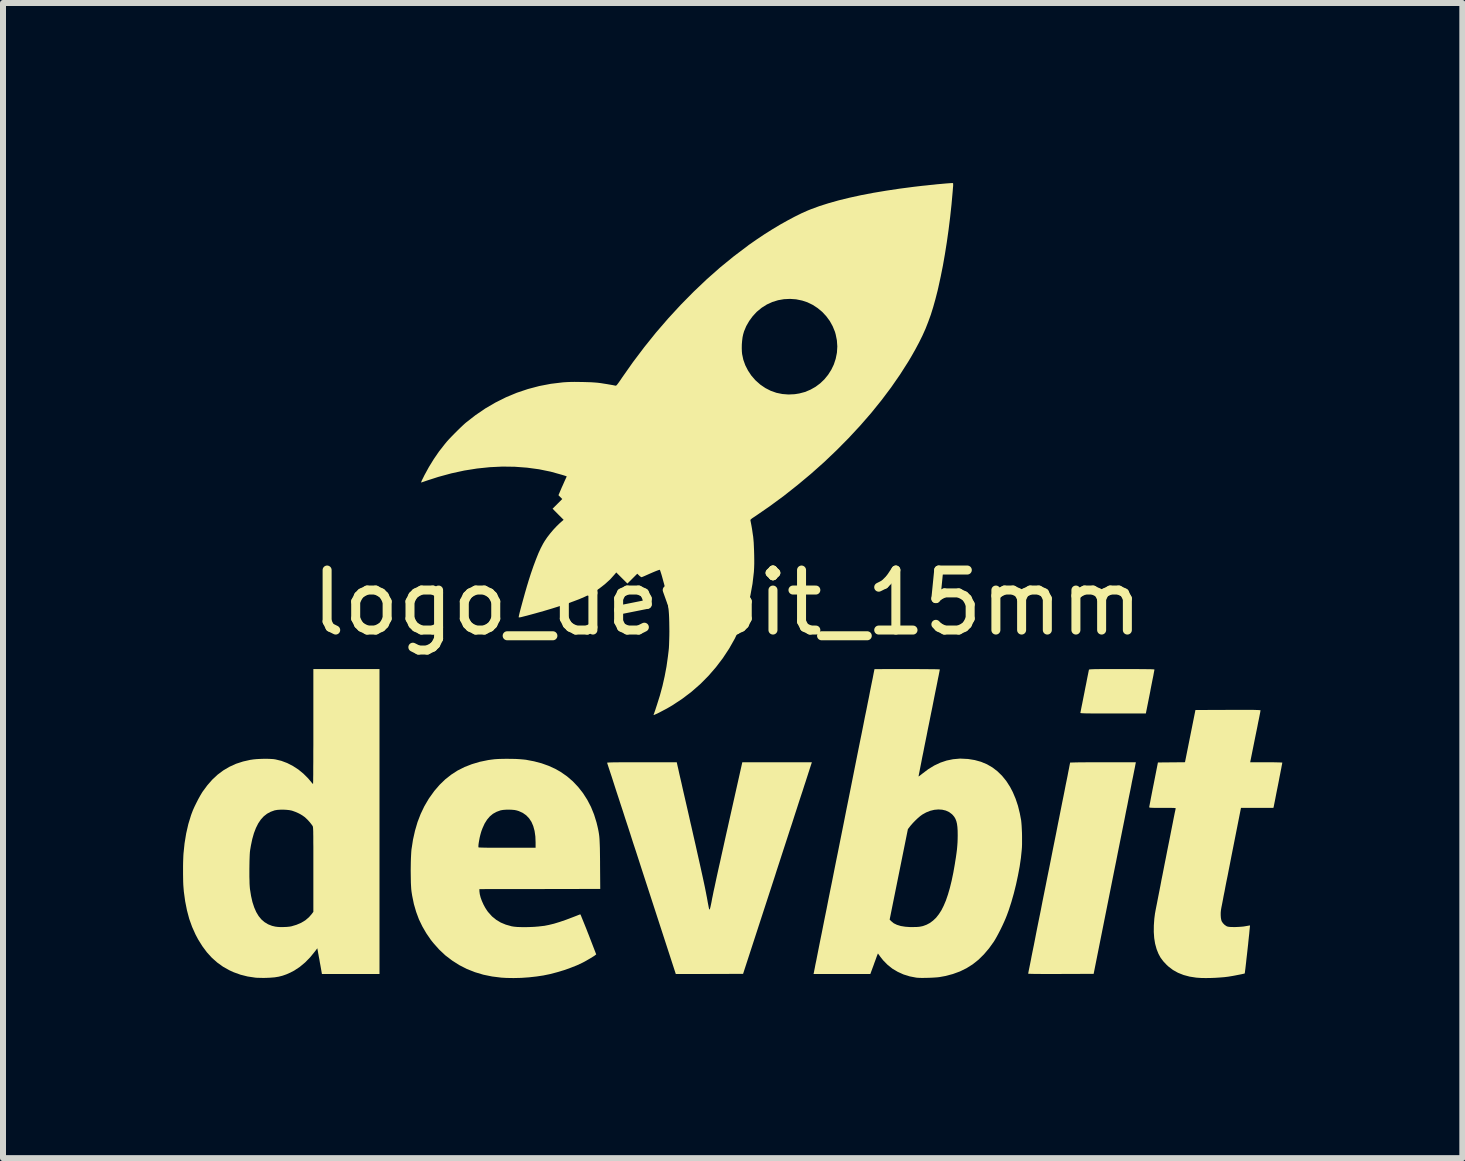
<source format=kicad_pcb>
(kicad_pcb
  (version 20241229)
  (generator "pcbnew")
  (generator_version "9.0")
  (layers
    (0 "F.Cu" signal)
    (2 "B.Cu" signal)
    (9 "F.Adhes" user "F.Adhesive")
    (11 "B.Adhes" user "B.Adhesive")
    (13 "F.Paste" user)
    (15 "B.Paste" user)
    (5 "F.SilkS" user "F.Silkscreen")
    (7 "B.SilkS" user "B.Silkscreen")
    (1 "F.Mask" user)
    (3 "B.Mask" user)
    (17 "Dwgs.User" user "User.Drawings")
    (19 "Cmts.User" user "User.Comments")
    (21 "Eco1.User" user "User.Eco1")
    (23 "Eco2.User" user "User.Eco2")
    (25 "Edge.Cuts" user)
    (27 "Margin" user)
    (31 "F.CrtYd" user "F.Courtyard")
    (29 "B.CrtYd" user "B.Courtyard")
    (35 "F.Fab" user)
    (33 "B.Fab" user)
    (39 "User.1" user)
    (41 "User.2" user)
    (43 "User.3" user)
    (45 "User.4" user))
  (footprint "logo_devbit_15mm"
    (layer "F.Cu")
    (at 9.067 7.493)
    (property "Reference" "logo_devbit_15mm" (at 0 -0.5 0) (unlocked yes) (layer "F.SilkS") (effects (font (size 1 1) (thickness 0.15))))
    (fp_poly (pts (xy 6.676 0.605) (xy 6.765 0.605) (xy 6.842 0.605) (xy 6.908 0.606) (xy 6.964 0.606) (xy 7.009 0.607) (xy 7.046 0.607) (xy 7.074 0.608) (xy 7.095 0.609) (xy 7.108 0.61) (xy 7.116 0.612) (xy 7.118 0.613) (xy 7.117 0.621) (xy 7.113 0.641) (xy 7.107 0.672) (xy 7.1 0.712) (xy 7.09 0.761) (xy 7.079 0.816) (xy 7.067 0.877) (xy 7.054 0.943) (xy 7.047 0.983) (xy 6.975 1.344) (xy 6.428 1.344) (xy 6.329 1.344) (xy 6.243 1.344) (xy 6.169 1.344) (xy 6.105 1.344) (xy 6.052 1.344) (xy 6.008 1.343) (xy 5.972 1.343) (xy 5.944 1.342) (xy 5.922 1.341) (xy 5.906 1.34) (xy 5.895 1.339) (xy 5.888 1.338) (xy 5.885 1.336) (xy 5.884 1.334) (xy 5.884 1.333) (xy 5.886 1.324) (xy 5.89 1.303) (xy 5.896 1.272) (xy 5.904 1.231) (xy 5.914 1.183) (xy 5.925 1.127) (xy 5.937 1.066) (xy 5.95 1.001) (xy 5.955 0.975) (xy 5.968 0.908) (xy 5.981 0.845) (xy 5.992 0.787) (xy 6.002 0.736) (xy 6.011 0.692) (xy 6.018 0.657) (xy 6.023 0.632) (xy 6.026 0.619) (xy 6.026 0.617) (xy 6.028 0.615) (xy 6.031 0.613) (xy 6.036 0.611) (xy 6.045 0.61) (xy 6.058 0.609) (xy 6.076 0.608) (xy 6.1 0.607) (xy 6.131 0.606) (xy 6.17 0.606) (xy 6.217 0.605) (xy 6.274 0.605) (xy 6.341 0.605) (xy 6.419 0.605) (xy 6.509 0.605) (xy 6.574 0.605)) (stroke (width 0) (type solid)) (fill yes) (layer "F.SilkS"))
    (fp_poly (pts (xy 6.805 2.176) (xy 6.803 2.184) (xy 6.799 2.205) (xy 6.793 2.238) (xy 6.784 2.282) (xy 6.773 2.337) (xy 6.76 2.403) (xy 6.744 2.479) (xy 6.728 2.564) (xy 6.709 2.658) (xy 6.688 2.76) (xy 6.667 2.869) (xy 6.643 2.986) (xy 6.619 3.11) (xy 6.593 3.239) (xy 6.566 3.374) (xy 6.538 3.514) (xy 6.509 3.658) (xy 6.48 3.806) (xy 6.453 3.939) (xy 6.105 5.683) (xy 5.56 5.685) (xy 5.465 5.685) (xy 5.377 5.685) (xy 5.297 5.685) (xy 5.225 5.685) (xy 5.163 5.684) (xy 5.11 5.684) (xy 5.069 5.683) (xy 5.038 5.682) (xy 5.02 5.681) (xy 5.014 5.68) (xy 5.015 5.673) (xy 5.019 5.654) (xy 5.025 5.622) (xy 5.034 5.578) (xy 5.045 5.524) (xy 5.058 5.459) (xy 5.072 5.385) (xy 5.089 5.301) (xy 5.108 5.208) (xy 5.128 5.106) (xy 5.149 4.997) (xy 5.172 4.881) (xy 5.197 4.758) (xy 5.223 4.63) (xy 5.249 4.495) (xy 5.277 4.355) (xy 5.306 4.211) (xy 5.335 4.064) (xy 5.364 3.922) (xy 5.394 3.771) (xy 5.423 3.623) (xy 5.452 3.479) (xy 5.48 3.34) (xy 5.506 3.206) (xy 5.532 3.077) (xy 5.556 2.955) (xy 5.579 2.839) (xy 5.601 2.731) (xy 5.621 2.63) (xy 5.639 2.537) (xy 5.656 2.454) (xy 5.671 2.38) (xy 5.683 2.316) (xy 5.694 2.262) (xy 5.702 2.219) (xy 5.708 2.188) (xy 5.712 2.17) (xy 5.713 2.163) (xy 5.72 2.162) (xy 5.739 2.162) (xy 5.769 2.161) (xy 5.81 2.16) (xy 5.861 2.159) (xy 5.92 2.159) (xy 5.987 2.158) (xy 6.061 2.158) (xy 6.14 2.158) (xy 6.224 2.158) (xy 6.261 2.158) (xy 6.808 2.158)) (stroke (width 0) (type solid)) (fill yes) (layer "F.SilkS"))
    (fp_poly (pts (xy -0.834 2.189) (xy -0.832 2.2) (xy -0.827 2.222) (xy -0.819 2.256) (xy -0.809 2.301) (xy -0.797 2.356) (xy -0.782 2.421) (xy -0.765 2.494) (xy -0.747 2.575) (xy -0.727 2.663) (xy -0.705 2.758) (xy -0.682 2.858) (xy -0.658 2.963) (xy -0.633 3.073) (xy -0.608 3.185) (xy -0.601 3.213) (xy -0.565 3.373) (xy -0.531 3.521) (xy -0.501 3.656) (xy -0.473 3.78) (xy -0.448 3.892) (xy -0.426 3.992) (xy -0.406 4.083) (xy -0.389 4.162) (xy -0.374 4.232) (xy -0.362 4.292) (xy -0.352 4.343) (xy -0.344 4.385) (xy -0.34 4.404) (xy -0.331 4.454) (xy -0.323 4.5) (xy -0.315 4.54) (xy -0.309 4.572) (xy -0.304 4.595) (xy -0.301 4.607) (xy -0.3 4.609) (xy -0.296 4.611) (xy -0.293 4.608) (xy -0.288 4.6) (xy -0.284 4.585) (xy -0.278 4.561) (xy -0.271 4.528) (xy -0.262 4.485) (xy -0.252 4.429) (xy -0.25 4.419) (xy -0.244 4.392) (xy -0.236 4.352) (xy -0.226 4.302) (xy -0.212 4.24) (xy -0.197 4.169) (xy -0.18 4.089) (xy -0.161 4.002) (xy -0.14 3.907) (xy -0.117 3.806) (xy -0.094 3.7) (xy -0.069 3.589) (xy -0.044 3.475) (xy -0.018 3.358) (xy 0.009 3.239) (xy 0.018 3.198) (xy 0.251 2.158) (xy 1.41 2.158) (xy 1.37 2.28) (xy 1.365 2.297) (xy 1.355 2.327) (xy 1.342 2.368) (xy 1.325 2.42) (xy 1.305 2.483) (xy 1.281 2.555) (xy 1.255 2.637) (xy 1.225 2.727) (xy 1.193 2.825) (xy 1.159 2.931) (xy 1.122 3.044) (xy 1.084 3.163) (xy 1.043 3.287) (xy 1.001 3.417) (xy 0.957 3.552) (xy 0.912 3.69) (xy 0.866 3.832) (xy 0.819 3.976) (xy 0.798 4.043) (xy 0.264 5.683) (xy -0.296 5.685) (xy -0.857 5.686) (xy -1.428 3.93) (xy -1.476 3.781) (xy -1.523 3.636) (xy -1.57 3.494) (xy -1.614 3.356) (xy -1.657 3.223) (xy -1.699 3.096) (xy -1.738 2.974) (xy -1.776 2.859) (xy -1.811 2.751) (xy -1.844 2.651) (xy -1.874 2.558) (xy -1.901 2.474) (xy -1.925 2.399) (xy -1.947 2.333) (xy -1.965 2.278) (xy -1.98 2.233) (xy -1.991 2.199) (xy -1.998 2.177) (xy -2.001 2.167) (xy -2.001 2.166) (xy -1.999 2.164) (xy -1.992 2.163) (xy -1.979 2.162) (xy -1.958 2.161) (xy -1.931 2.16) (xy -1.894 2.159) (xy -1.849 2.159) (xy -1.795 2.158) (xy -1.73 2.158) (xy -1.654 2.158) (xy -1.566 2.158) (xy -1.465 2.158) (xy -1.423 2.158) (xy -0.841 2.158)) (stroke (width 0) (type solid)) (fill yes) (layer "F.SilkS"))
    (fp_poly (pts (xy -5.794 5.686) (xy -6.753 5.686) (xy -6.778 5.543) (xy -6.787 5.496) (xy -6.795 5.447) (xy -6.804 5.401) (xy -6.811 5.361) (xy -6.817 5.331) (xy -6.817 5.329) (xy -6.83 5.257) (xy -6.87 5.31) (xy -6.949 5.407) (xy -7.033 5.493) (xy -7.122 5.567) (xy -7.214 5.628) (xy -7.281 5.663) (xy -7.347 5.692) (xy -7.41 5.714) (xy -7.473 5.73) (xy -7.54 5.741) (xy -7.614 5.747) (xy -7.683 5.75) (xy -7.727 5.751) (xy -7.771 5.75) (xy -7.812 5.749) (xy -7.846 5.748) (xy -7.864 5.746) (xy -7.991 5.727) (xy -8.11 5.697) (xy -8.224 5.656) (xy -8.298 5.622) (xy -8.401 5.564) (xy -8.497 5.495) (xy -8.587 5.415) (xy -8.669 5.325) (xy -8.745 5.223) (xy -8.816 5.109) (xy -8.859 5.028) (xy -8.916 4.901) (xy -8.964 4.767) (xy -9.002 4.624) (xy -9.032 4.473) (xy -9.054 4.312) (xy -9.06 4.239) (xy -9.063 4.198) (xy -9.065 4.147) (xy -9.066 4.088) (xy -9.067 4.023) (xy -9.067 4.002) (xy -7.962 4.002) (xy -7.962 4.067) (xy -7.96 4.128) (xy -7.959 4.182) (xy -7.956 4.228) (xy -7.953 4.264) (xy -7.952 4.271) (xy -7.934 4.385) (xy -7.911 4.486) (xy -7.882 4.575) (xy -7.848 4.653) (xy -7.808 4.72) (xy -7.762 4.776) (xy -7.71 4.821) (xy -7.651 4.857) (xy -7.585 4.883) (xy -7.53 4.896) (xy -7.49 4.901) (xy -7.442 4.904) (xy -7.39 4.903) (xy -7.338 4.901) (xy -7.291 4.896) (xy -7.262 4.891) (xy -7.178 4.866) (xy -7.1 4.833) (xy -7.03 4.791) (xy -6.97 4.74) (xy -6.927 4.691) (xy -6.896 4.65) (xy -6.896 3.945) (xy -6.896 3.831) (xy -6.896 3.731) (xy -6.896 3.642) (xy -6.896 3.565) (xy -6.897 3.497) (xy -6.897 3.44) (xy -6.897 3.391) (xy -6.898 3.35) (xy -6.898 3.317) (xy -6.899 3.29) (xy -6.9 3.269) (xy -6.901 3.253) (xy -6.902 3.241) (xy -6.904 3.232) (xy -6.905 3.226) (xy -6.907 3.222) (xy -6.907 3.221) (xy -6.932 3.186) (xy -6.963 3.148) (xy -6.997 3.111) (xy -7.03 3.08) (xy -7.036 3.074) (xy -7.081 3.042) (xy -7.135 3.011) (xy -7.193 2.985) (xy -7.249 2.965) (xy -7.256 2.963) (xy -7.296 2.955) (xy -7.344 2.95) (xy -7.396 2.947) (xy -7.448 2.948) (xy -7.496 2.951) (xy -7.535 2.958) (xy -7.541 2.959) (xy -7.608 2.983) (xy -7.669 3.016) (xy -7.723 3.059) (xy -7.772 3.113) (xy -7.815 3.177) (xy -7.853 3.253) (xy -7.886 3.339) (xy -7.914 3.438) (xy -7.937 3.548) (xy -7.949 3.619) (xy -7.953 3.651) (xy -7.956 3.694) (xy -7.958 3.746) (xy -7.96 3.805) (xy -7.961 3.869) (xy -7.962 3.935) (xy -7.962 4.002) (xy -9.067 4.002) (xy -9.067 3.956) (xy -9.067 3.889) (xy -9.066 3.825) (xy -9.064 3.766) (xy -9.062 3.716) (xy -9.06 3.683) (xy -9.042 3.509) (xy -9.015 3.344) (xy -8.979 3.187) (xy -8.934 3.04) (xy -8.922 3.007) (xy -8.902 2.955) (xy -8.876 2.897) (xy -8.846 2.836) (xy -8.815 2.775) (xy -8.783 2.717) (xy -8.754 2.668) (xy -8.742 2.649) (xy -8.663 2.542) (xy -8.58 2.447) (xy -8.491 2.364) (xy -8.396 2.293) (xy -8.294 2.233) (xy -8.185 2.183) (xy -8.068 2.145) (xy -7.944 2.117) (xy -7.94 2.117) (xy -7.895 2.11) (xy -7.842 2.105) (xy -7.784 2.102) (xy -7.723 2.1) (xy -7.664 2.1) (xy -7.609 2.102) (xy -7.562 2.105) (xy -7.528 2.11) (xy -7.429 2.134) (xy -7.331 2.171) (xy -7.236 2.22) (xy -7.145 2.279) (xy -7.061 2.348) (xy -6.983 2.426) (xy -6.95 2.465) (xy -6.931 2.488) (xy -6.916 2.506) (xy -6.905 2.517) (xy -6.901 2.52) (xy -6.901 2.514) (xy -6.9 2.494) (xy -6.899 2.463) (xy -6.899 2.421) (xy -6.898 2.368) (xy -6.898 2.306) (xy -6.898 2.234) (xy -6.897 2.155) (xy -6.897 2.068) (xy -6.897 1.974) (xy -6.896 1.874) (xy -6.896 1.77) (xy -6.896 1.661) (xy -6.896 1.563) (xy -6.896 0.605) (xy -5.794 0.605)) (stroke (width 0) (type solid)) (fill yes) (layer "F.SilkS"))
    (fp_poly (pts (xy -3.601 2.101) (xy -3.529 2.102) (xy -3.461 2.106) (xy -3.401 2.111) (xy -3.354 2.116) (xy -3.218 2.142) (xy -3.093 2.175) (xy -2.976 2.217) (xy -2.866 2.267) (xy -2.776 2.318) (xy -2.671 2.391) (xy -2.573 2.475) (xy -2.484 2.569) (xy -2.403 2.672) (xy -2.332 2.783) (xy -2.27 2.902) (xy -2.219 3.028) (xy -2.178 3.16) (xy -2.171 3.189) (xy -2.161 3.23) (xy -2.153 3.266) (xy -2.146 3.3) (xy -2.14 3.334) (xy -2.135 3.367) (xy -2.131 3.402) (xy -2.128 3.441) (xy -2.126 3.484) (xy -2.124 3.532) (xy -2.122 3.588) (xy -2.121 3.653) (xy -2.12 3.727) (xy -2.119 3.813) (xy -2.119 3.863) (xy -2.116 4.268) (xy -3.123 4.27) (xy -4.13 4.271) (xy -4.129 4.308) (xy -4.123 4.356) (xy -4.109 4.411) (xy -4.088 4.469) (xy -4.061 4.529) (xy -4.03 4.586) (xy -3.996 4.638) (xy -3.98 4.658) (xy -3.919 4.726) (xy -3.85 4.782) (xy -3.774 4.828) (xy -3.69 4.863) (xy -3.597 4.889) (xy -3.596 4.89) (xy -3.552 4.897) (xy -3.498 4.902) (xy -3.434 4.904) (xy -3.365 4.905) (xy -3.292 4.903) (xy -3.218 4.9) (xy -3.145 4.894) (xy -3.076 4.886) (xy -3.048 4.883) (xy -2.972 4.868) (xy -2.886 4.847) (xy -2.791 4.818) (xy -2.686 4.782) (xy -2.57 4.738) (xy -2.552 4.731) (xy -2.518 4.718) (xy -2.488 4.706) (xy -2.465 4.697) (xy -2.451 4.692) (xy -2.448 4.692) (xy -2.444 4.698) (xy -2.436 4.715) (xy -2.425 4.743) (xy -2.41 4.78) (xy -2.392 4.824) (xy -2.371 4.876) (xy -2.348 4.933) (xy -2.324 4.995) (xy -2.312 5.025) (xy -2.183 5.359) (xy -2.199 5.371) (xy -2.216 5.384) (xy -2.242 5.4) (xy -2.274 5.42) (xy -2.31 5.441) (xy -2.346 5.462) (xy -2.38 5.481) (xy -2.409 5.496) (xy -2.411 5.497) (xy -2.505 5.541) (xy -2.609 5.582) (xy -2.718 5.621) (xy -2.831 5.655) (xy -2.943 5.685) (xy -3.05 5.707) (xy -3.058 5.709) (xy -3.178 5.727) (xy -3.304 5.741) (xy -3.432 5.75) (xy -3.56 5.753) (xy -3.681 5.751) (xy -3.764 5.746) (xy -3.917 5.727) (xy -4.064 5.697) (xy -4.204 5.655) (xy -4.338 5.602) (xy -4.465 5.537) (xy -4.584 5.461) (xy -4.697 5.375) (xy -4.801 5.277) (xy -4.897 5.169) (xy -4.937 5.119) (xy -5.014 5.007) (xy -5.08 4.893) (xy -5.137 4.775) (xy -5.183 4.651) (xy -5.221 4.52) (xy -5.25 4.379) (xy -5.261 4.308) (xy -5.265 4.271) (xy -5.268 4.223) (xy -5.271 4.165) (xy -5.272 4.101) (xy -5.273 4.032) (xy -5.274 3.961) (xy -5.273 3.889) (xy -5.272 3.819) (xy -5.27 3.754) (xy -5.267 3.695) (xy -5.264 3.644) (xy -5.261 3.609) (xy -5.252 3.553) (xy -4.146 3.553) (xy -4.146 3.571) (xy -4.144 3.575) (xy -4.138 3.577) (xy -4.123 3.578) (xy -4.097 3.579) (xy -4.061 3.58) (xy -4.014 3.581) (xy -3.956 3.582) (xy -3.885 3.582) (xy -3.802 3.582) (xy -3.706 3.582) (xy -3.666 3.582) (xy -3.193 3.582) (xy -3.193 3.493) (xy -3.197 3.393) (xy -3.21 3.302) (xy -3.232 3.221) (xy -3.262 3.151) (xy -3.302 3.091) (xy -3.35 3.041) (xy -3.407 3.001) (xy -3.473 2.971) (xy -3.509 2.96) (xy -3.543 2.953) (xy -3.587 2.949) (xy -3.635 2.947) (xy -3.684 2.948) (xy -3.73 2.951) (xy -3.767 2.957) (xy -3.777 2.959) (xy -3.843 2.983) (xy -3.903 3.016) (xy -3.955 3.059) (xy -4.001 3.113) (xy -4.042 3.178) (xy -4.077 3.255) (xy -4.092 3.294) (xy -4.103 3.328) (xy -4.114 3.368) (xy -4.124 3.409) (xy -4.132 3.451) (xy -4.139 3.49) (xy -4.144 3.525) (xy -4.146 3.553) (xy -5.252 3.553) (xy -5.236 3.448) (xy -5.202 3.297) (xy -5.16 3.154) (xy -5.108 3.019) (xy -5.047 2.891) (xy -4.976 2.77) (xy -4.962 2.749) (xy -4.88 2.635) (xy -4.792 2.533) (xy -4.699 2.443) (xy -4.599 2.364) (xy -4.492 2.295) (xy -4.377 2.237) (xy -4.254 2.189) (xy -4.123 2.15) (xy -3.982 2.121) (xy -3.925 2.113) (xy -3.875 2.107) (xy -3.815 2.103) (xy -3.747 2.101) (xy -3.675 2.1)) (stroke (width 0) (type solid)) (fill yes) (layer "F.SilkS"))
    (fp_poly (pts (xy 8.669 1.285) (xy 8.723 1.285) (xy 8.768 1.285) (xy 8.804 1.286) (xy 8.832 1.287) (xy 8.854 1.288) (xy 8.869 1.289) (xy 8.879 1.29) (xy 8.884 1.291) (xy 8.886 1.293) (xy 8.886 1.293) (xy 8.884 1.301) (xy 8.881 1.321) (xy 8.875 1.352) (xy 8.867 1.393) (xy 8.857 1.443) (xy 8.845 1.5) (xy 8.833 1.563) (xy 8.819 1.632) (xy 8.804 1.705) (xy 8.799 1.73) (xy 8.713 2.158) (xy 8.981 2.158) (xy 9.044 2.158) (xy 9.101 2.158) (xy 9.15 2.159) (xy 9.191 2.16) (xy 9.221 2.161) (xy 9.241 2.162) (xy 9.249 2.164) (xy 9.249 2.164) (xy 9.247 2.171) (xy 9.244 2.19) (xy 9.238 2.219) (xy 9.231 2.258) (xy 9.222 2.303) (xy 9.212 2.355) (xy 9.201 2.41) (xy 9.19 2.469) (xy 9.178 2.53) (xy 9.166 2.59) (xy 9.154 2.649) (xy 9.143 2.706) (xy 9.133 2.758) (xy 9.124 2.804) (xy 9.116 2.843) (xy 9.11 2.874) (xy 9.106 2.894) (xy 9.104 2.902) (xy 9.1 2.917) (xy 8.83 2.917) (xy 8.56 2.917) (xy 8.396 3.746) (xy 8.376 3.85) (xy 8.356 3.951) (xy 8.337 4.049) (xy 8.318 4.141) (xy 8.301 4.228) (xy 8.286 4.309) (xy 8.271 4.382) (xy 8.259 4.447) (xy 8.248 4.504) (xy 8.239 4.55) (xy 8.232 4.585) (xy 8.228 4.61) (xy 8.226 4.621) (xy 8.222 4.664) (xy 8.222 4.709) (xy 8.225 4.751) (xy 8.232 4.787) (xy 8.238 4.806) (xy 8.258 4.837) (xy 8.285 4.865) (xy 8.316 4.887) (xy 8.332 4.894) (xy 8.354 4.899) (xy 8.386 4.902) (xy 8.426 4.903) (xy 8.471 4.903) (xy 8.517 4.901) (xy 8.563 4.898) (xy 8.605 4.894) (xy 8.64 4.888) (xy 8.669 4.883) (xy 8.691 4.879) (xy 8.706 4.877) (xy 8.71 4.877) (xy 8.71 4.884) (xy 8.708 4.902) (xy 8.705 4.932) (xy 8.701 4.97) (xy 8.697 5.016) (xy 8.691 5.069) (xy 8.685 5.126) (xy 8.679 5.187) (xy 8.672 5.25) (xy 8.665 5.313) (xy 8.658 5.375) (xy 8.651 5.436) (xy 8.645 5.492) (xy 8.639 5.544) (xy 8.634 5.589) (xy 8.629 5.626) (xy 8.626 5.654) (xy 8.623 5.671) (xy 8.622 5.676) (xy 8.615 5.679) (xy 8.596 5.683) (xy 8.569 5.689) (xy 8.535 5.696) (xy 8.498 5.703) (xy 8.458 5.711) (xy 8.42 5.718) (xy 8.384 5.724) (xy 8.354 5.729) (xy 8.348 5.73) (xy 8.282 5.738) (xy 8.208 5.744) (xy 8.13 5.749) (xy 8.051 5.752) (xy 7.975 5.753) (xy 7.903 5.752) (xy 7.84 5.748) (xy 7.814 5.746) (xy 7.704 5.729) (xy 7.603 5.702) (xy 7.51 5.665) (xy 7.426 5.618) (xy 7.35 5.56) (xy 7.316 5.528) (xy 7.263 5.471) (xy 7.22 5.413) (xy 7.186 5.351) (xy 7.157 5.279) (xy 7.152 5.264) (xy 7.129 5.18) (xy 7.114 5.087) (xy 7.107 4.985) (xy 7.108 4.877) (xy 7.116 4.763) (xy 7.128 4.671) (xy 7.131 4.658) (xy 7.135 4.634) (xy 7.142 4.598) (xy 7.151 4.552) (xy 7.162 4.497) (xy 7.174 4.434) (xy 7.188 4.363) (xy 7.203 4.287) (xy 7.219 4.205) (xy 7.235 4.119) (xy 7.253 4.03) (xy 7.271 3.938) (xy 7.289 3.845) (xy 7.308 3.751) (xy 7.326 3.658) (xy 7.344 3.567) (xy 7.362 3.478) (xy 7.379 3.392) (xy 7.395 3.31) (xy 7.41 3.234) (xy 7.424 3.164) (xy 7.436 3.102) (xy 7.447 3.047) (xy 7.456 3.002) (xy 7.464 2.966) (xy 7.469 2.942) (xy 7.471 2.93) (xy 7.472 2.929) (xy 7.472 2.926) (xy 7.47 2.923) (xy 7.464 2.921) (xy 7.452 2.92) (xy 7.435 2.918) (xy 7.41 2.918) (xy 7.375 2.917) (xy 7.331 2.917) (xy 7.274 2.917) (xy 7.253 2.917) (xy 7.192 2.917) (xy 7.144 2.917) (xy 7.106 2.917) (xy 7.078 2.916) (xy 7.057 2.915) (xy 7.044 2.914) (xy 7.036 2.912) (xy 7.032 2.909) (xy 7.031 2.906) (xy 7.031 2.905) (xy 7.032 2.897) (xy 7.036 2.876) (xy 7.042 2.845) (xy 7.05 2.804) (xy 7.059 2.755) (xy 7.07 2.699) (xy 7.082 2.637) (xy 7.095 2.571) (xy 7.104 2.527) (xy 7.176 2.161) (xy 7.402 2.159) (xy 7.627 2.157) (xy 7.714 1.722) (xy 7.801 1.287) (xy 8.343 1.285) (xy 8.443 1.285) (xy 8.53 1.285) (xy 8.605 1.285)) (stroke (width 0) (type solid)) (fill yes) (layer "F.SilkS"))
    (fp_poly (pts (xy 3.089 0.605) (xy 3.175 0.605) (xy 3.254 0.606) (xy 3.325 0.606) (xy 3.387 0.607) (xy 3.44 0.607) (xy 3.483 0.608) (xy 3.515 0.609) (xy 3.535 0.61) (xy 3.542 0.611) (xy 3.542 0.611) (xy 3.541 0.618) (xy 3.537 0.638) (xy 3.531 0.669) (xy 3.523 0.711) (xy 3.512 0.763) (xy 3.5 0.825) (xy 3.486 0.895) (xy 3.47 0.973) (xy 3.453 1.058) (xy 3.435 1.149) (xy 3.416 1.246) (xy 3.395 1.348) (xy 3.374 1.453) (xy 3.364 1.503) (xy 3.342 1.61) (xy 3.322 1.713) (xy 3.302 1.812) (xy 3.283 1.906) (xy 3.266 1.994) (xy 3.249 2.075) (xy 3.235 2.149) (xy 3.222 2.215) (xy 3.211 2.271) (xy 3.202 2.318) (xy 3.195 2.354) (xy 3.19 2.379) (xy 3.188 2.392) (xy 3.188 2.394) (xy 3.193 2.392) (xy 3.207 2.382) (xy 3.226 2.367) (xy 3.25 2.348) (xy 3.348 2.274) (xy 3.449 2.212) (xy 3.551 2.164) (xy 3.655 2.129) (xy 3.762 2.107) (xy 3.872 2.097) (xy 3.895 2.097) (xy 4.013 2.103) (xy 4.124 2.121) (xy 4.229 2.15) (xy 4.327 2.191) (xy 4.417 2.243) (xy 4.501 2.307) (xy 4.578 2.382) (xy 4.649 2.469) (xy 4.712 2.567) (xy 4.758 2.655) (xy 4.805 2.766) (xy 4.844 2.883) (xy 4.875 3.009) (xy 4.897 3.125) (xy 4.901 3.164) (xy 4.905 3.214) (xy 4.908 3.272) (xy 4.911 3.334) (xy 4.912 3.399) (xy 4.912 3.463) (xy 4.912 3.523) (xy 4.91 3.578) (xy 4.907 3.617) (xy 4.893 3.753) (xy 4.872 3.896) (xy 4.844 4.044) (xy 4.812 4.194) (xy 4.775 4.343) (xy 4.734 4.487) (xy 4.69 4.623) (xy 4.66 4.705) (xy 4.639 4.758) (xy 4.613 4.818) (xy 4.584 4.881) (xy 4.553 4.945) (xy 4.521 5.007) (xy 4.49 5.065) (xy 4.462 5.114) (xy 4.443 5.145) (xy 4.362 5.258) (xy 4.277 5.358) (xy 4.187 5.447) (xy 4.09 5.524) (xy 3.987 5.589) (xy 3.877 5.643) (xy 3.759 5.686) (xy 3.634 5.719) (xy 3.535 5.737) (xy 3.5 5.741) (xy 3.457 5.744) (xy 3.407 5.747) (xy 3.355 5.749) (xy 3.302 5.75) (xy 3.251 5.751) (xy 3.206 5.75) (xy 3.17 5.748) (xy 3.149 5.746) (xy 3.04 5.725) (xy 2.937 5.693) (xy 2.84 5.649) (xy 2.751 5.596) (xy 2.671 5.532) (xy 2.599 5.459) (xy 2.549 5.396) (xy 2.533 5.373) (xy 2.52 5.356) (xy 2.512 5.345) (xy 2.511 5.343) (xy 2.508 5.35) (xy 2.501 5.367) (xy 2.491 5.393) (xy 2.479 5.427) (xy 2.464 5.468) (xy 2.447 5.513) (xy 2.447 5.515) (xy 2.384 5.686) (xy 1.911 5.686) (xy 1.833 5.686) (xy 1.759 5.686) (xy 1.689 5.686) (xy 1.626 5.686) (xy 1.571 5.686) (xy 1.523 5.686) (xy 1.485 5.685) (xy 1.458 5.685) (xy 1.442 5.685) (xy 1.438 5.685) (xy 1.44 5.678) (xy 1.444 5.659) (xy 1.45 5.627) (xy 1.459 5.583) (xy 1.469 5.529) (xy 1.483 5.463) (xy 1.498 5.386) (xy 1.515 5.3) (xy 1.534 5.204) (xy 1.555 5.099) (xy 1.578 4.986) (xy 1.602 4.864) (xy 1.619 4.779) (xy 2.706 4.779) (xy 2.733 4.806) (xy 2.774 4.84) (xy 2.827 4.866) (xy 2.892 4.886) (xy 2.967 4.898) (xy 3.054 4.904) (xy 3.112 4.903) (xy 3.159 4.902) (xy 3.196 4.899) (xy 3.227 4.894) (xy 3.254 4.888) (xy 3.26 4.887) (xy 3.32 4.865) (xy 3.377 4.835) (xy 3.429 4.796) (xy 3.479 4.749) (xy 3.524 4.692) (xy 3.567 4.626) (xy 3.606 4.549) (xy 3.643 4.462) (xy 3.677 4.363) (xy 3.709 4.253) (xy 3.739 4.131) (xy 3.767 3.997) (xy 3.793 3.85) (xy 3.797 3.822) (xy 3.81 3.742) (xy 3.82 3.671) (xy 3.828 3.608) (xy 3.833 3.55) (xy 3.837 3.494) (xy 3.839 3.437) (xy 3.84 3.377) (xy 3.84 3.374) (xy 3.839 3.299) (xy 3.835 3.236) (xy 3.828 3.183) (xy 3.817 3.138) (xy 3.802 3.1) (xy 3.783 3.067) (xy 3.758 3.037) (xy 3.743 3.022) (xy 3.696 2.987) (xy 3.641 2.962) (xy 3.581 2.948) (xy 3.517 2.944) (xy 3.45 2.95) (xy 3.383 2.966) (xy 3.315 2.993) (xy 3.252 3.028) (xy 3.216 3.054) (xy 3.176 3.088) (xy 3.134 3.128) (xy 3.094 3.169) (xy 3.058 3.21) (xy 3.047 3.224) (xy 3.01 3.272) (xy 2.706 4.779) (xy 1.619 4.779) (xy 1.628 4.734) (xy 1.656 4.597) (xy 1.684 4.453) (xy 1.714 4.303) (xy 1.746 4.146) (xy 1.778 3.984) (xy 1.811 3.818) (xy 1.846 3.646) (xy 1.881 3.47) (xy 1.917 3.291) (xy 1.946 3.146) (xy 1.982 2.963) (xy 2.018 2.785) (xy 2.053 2.61) (xy 2.087 2.439) (xy 2.12 2.273) (xy 2.152 2.112) (xy 2.183 1.957) (xy 2.213 1.808) (xy 2.242 1.666) (xy 2.269 1.53) (xy 2.294 1.402) (xy 2.319 1.282) (xy 2.341 1.17) (xy 2.362 1.067) (xy 2.38 0.973) (xy 2.397 0.888) (xy 2.412 0.814) (xy 2.425 0.751) (xy 2.435 0.698) (xy 2.443 0.657) (xy 2.449 0.628) (xy 2.452 0.611) (xy 2.453 0.607) (xy 2.46 0.606) (xy 2.479 0.606) (xy 2.509 0.606) (xy 2.55 0.606) (xy 2.6 0.605) (xy 2.659 0.605) (xy 2.725 0.605) (xy 2.798 0.605) (xy 2.876 0.605) (xy 2.959 0.605) (xy 2.998 0.605)) (stroke (width 0) (type solid)) (fill yes) (layer "F.SilkS"))
    (fp_poly (pts (xy 3.756 -7.493) (xy 3.76 -7.492) (xy 3.763 -7.488) (xy 3.764 -7.48) (xy 3.764 -7.467) (xy 3.764 -7.446) (xy 3.761 -7.415) (xy 3.758 -7.374) (xy 3.756 -7.35) (xy 3.737 -7.138) (xy 3.714 -6.926) (xy 3.688 -6.716) (xy 3.659 -6.51) (xy 3.627 -6.309) (xy 3.593 -6.115) (xy 3.556 -5.931) (xy 3.518 -5.757) (xy 3.505 -5.7) (xy 3.468 -5.556) (xy 3.431 -5.424) (xy 3.392 -5.299) (xy 3.349 -5.181) (xy 3.304 -5.066) (xy 3.253 -4.952) (xy 3.196 -4.837) (xy 3.133 -4.719) (xy 3.062 -4.594) (xy 3.016 -4.517) (xy 2.879 -4.302) (xy 2.73 -4.087) (xy 2.569 -3.873) (xy 2.397 -3.66) (xy 2.214 -3.45) (xy 2.022 -3.243) (xy 1.821 -3.04) (xy 1.612 -2.841) (xy 1.395 -2.648) (xy 1.171 -2.461) (xy 0.942 -2.28) (xy 0.708 -2.108) (xy 0.482 -1.952) (xy 0.446 -1.928) (xy 0.42 -1.911) (xy 0.403 -1.898) (xy 0.392 -1.888) (xy 0.387 -1.881) (xy 0.386 -1.874) (xy 0.387 -1.869) (xy 0.392 -1.844) (xy 0.399 -1.808) (xy 0.407 -1.765) (xy 0.415 -1.717) (xy 0.422 -1.668) (xy 0.429 -1.62) (xy 0.431 -1.61) (xy 0.436 -1.562) (xy 0.441 -1.503) (xy 0.444 -1.437) (xy 0.447 -1.366) (xy 0.449 -1.292) (xy 0.45 -1.219) (xy 0.45 -1.149) (xy 0.448 -1.085) (xy 0.445 -1.03) (xy 0.444 -1.013) (xy 0.421 -0.816) (xy 0.386 -0.623) (xy 0.338 -0.435) (xy 0.279 -0.251) (xy 0.207 -0.073) (xy 0.125 0.099) (xy 0.031 0.265) (xy -0.074 0.424) (xy -0.189 0.575) (xy -0.314 0.719) (xy -0.449 0.855) (xy -0.594 0.982) (xy -0.748 1.099) (xy -0.911 1.207) (xy -0.953 1.232) (xy -0.986 1.251) (xy -1.022 1.271) (xy -1.06 1.291) (xy -1.098 1.311) (xy -1.134 1.33) (xy -1.166 1.346) (xy -1.194 1.358) (xy -1.214 1.367) (xy -1.226 1.371) (xy -1.228 1.37) (xy -1.225 1.361) (xy -1.218 1.342) (xy -1.208 1.313) (xy -1.196 1.278) (xy -1.183 1.237) (xy -1.173 1.207) (xy -1.122 1.045) (xy -1.079 0.886) (xy -1.043 0.727) (xy -1.012 0.563) (xy -0.988 0.393) (xy -0.977 0.302) (xy -0.972 0.254) (xy -0.969 0.194) (xy -0.967 0.126) (xy -0.965 0.053) (xy -0.964 -0.024) (xy -0.965 -0.101) (xy -0.966 -0.176) (xy -0.968 -0.246) (xy -0.971 -0.31) (xy -0.975 -0.363) (xy -0.977 -0.383) (xy -0.988 -0.475) (xy -1.003 -0.572) (xy -1.02 -0.668) (xy -1.039 -0.756) (xy -1.045 -0.785) (xy -1.054 -0.82) (xy -1.065 -0.859) (xy -1.076 -0.9) (xy -1.087 -0.94) (xy -1.098 -0.977) (xy -1.108 -1.008) (xy -1.116 -1.032) (xy -1.121 -1.046) (xy -1.122 -1.048) (xy -1.128 -1.049) (xy -1.142 -1.045) (xy -1.165 -1.037) (xy -1.198 -1.024) (xy -1.241 -1.006) (xy -1.271 -0.993) (xy -1.312 -0.975) (xy -1.35 -0.958) (xy -1.382 -0.944) (xy -1.406 -0.934) (xy -1.421 -0.928) (xy -1.425 -0.926) (xy -1.436 -0.929) (xy -1.452 -0.94) (xy -1.467 -0.953) (xy -1.499 -0.984) (xy -1.663 -0.82) (xy -1.756 -0.912) (xy -1.849 -1.005) (xy -1.874 -0.975) (xy -1.95 -0.89) (xy -2.038 -0.81) (xy -2.133 -0.736) (xy -2.233 -0.671) (xy -2.309 -0.63) (xy -2.382 -0.596) (xy -2.468 -0.559) (xy -2.566 -0.522) (xy -2.674 -0.483) (xy -2.792 -0.444) (xy -2.919 -0.404) (xy -3.053 -0.364) (xy -3.195 -0.324) (xy -3.342 -0.284) (xy -3.359 -0.28) (xy -3.402 -0.269) (xy -3.433 -0.261) (xy -3.454 -0.257) (xy -3.467 -0.256) (xy -3.474 -0.257) (xy -3.475 -0.26) (xy -3.473 -0.273) (xy -3.468 -0.297) (xy -3.46 -0.331) (xy -3.449 -0.374) (xy -3.436 -0.423) (xy -3.421 -0.478) (xy -3.405 -0.537) (xy -3.388 -0.598) (xy -3.371 -0.66) (xy -3.353 -0.722) (xy -3.336 -0.781) (xy -3.319 -0.836) (xy -3.314 -0.854) (xy -3.271 -0.989) (xy -3.228 -1.113) (xy -3.186 -1.225) (xy -3.146 -1.325) (xy -3.106 -1.412) (xy -3.067 -1.486) (xy -3.04 -1.531) (xy -3 -1.59) (xy -2.953 -1.651) (xy -2.902 -1.712) (xy -2.849 -1.769) (xy -2.797 -1.82) (xy -2.759 -1.854) (xy -2.726 -1.882) (xy -2.818 -1.974) (xy -2.91 -2.067) (xy -2.83 -2.147) (xy -2.749 -2.228) (xy -2.812 -2.292) (xy -2.773 -2.384) (xy -2.756 -2.424) (xy -2.737 -2.465) (xy -2.72 -2.504) (xy -2.706 -2.536) (xy -2.704 -2.54) (xy -2.692 -2.566) (xy -2.682 -2.588) (xy -2.676 -2.601) (xy -2.675 -2.605) (xy -2.681 -2.608) (xy -2.697 -2.614) (xy -2.722 -2.622) (xy -2.751 -2.631) (xy -2.941 -2.684) (xy -3.136 -2.724) (xy -3.336 -2.751) (xy -3.539 -2.766) (xy -3.745 -2.769) (xy -3.955 -2.759) (xy -4.167 -2.737) (xy -4.381 -2.703) (xy -4.597 -2.656) (xy -4.814 -2.597) (xy -4.947 -2.554) (xy -4.988 -2.541) (xy -5.026 -2.528) (xy -5.058 -2.517) (xy -5.082 -2.509) (xy -5.095 -2.504) (xy -5.098 -2.503) (xy -5.1 -2.505) (xy -5.098 -2.514) (xy -5.091 -2.533) (xy -5.077 -2.561) (xy -5.058 -2.599) (xy -5.047 -2.622) (xy -4.971 -2.761) (xy -4.891 -2.891) (xy -4.805 -3.017) (xy -4.708 -3.141) (xy -4.699 -3.152) (xy -4.671 -3.186) (xy -4.635 -3.226) (xy -4.593 -3.27) (xy -4.547 -3.317) (xy -4.5 -3.364) (xy -4.454 -3.409) (xy -4.411 -3.45) (xy -4.373 -3.485) (xy -4.352 -3.503) (xy -4.194 -3.626) (xy -4.03 -3.738) (xy -3.86 -3.837) (xy -3.686 -3.924) (xy -3.506 -3.999) (xy -3.321 -4.061) (xy -3.132 -4.111) (xy -2.939 -4.148) (xy -2.741 -4.172) (xy -2.714 -4.174) (xy -2.666 -4.177) (xy -2.608 -4.179) (xy -2.543 -4.18) (xy -2.474 -4.179) (xy -2.403 -4.178) (xy -2.333 -4.176) (xy -2.268 -4.174) (xy -2.209 -4.17) (xy -2.16 -4.166) (xy -2.144 -4.164) (xy -2.104 -4.159) (xy -2.055 -4.151) (xy -2.004 -4.143) (xy -1.952 -4.134) (xy -1.906 -4.126) (xy -1.867 -4.118) (xy -1.858 -4.117) (xy -1.853 -4.117) (xy -1.846 -4.123) (xy -1.836 -4.133) (xy -1.822 -4.151) (xy -1.803 -4.177) (xy -1.779 -4.211) (xy -1.751 -4.253) (xy -1.571 -4.509) (xy -1.395 -4.742) (xy 0.242 -4.742) (xy 0.244 -4.684) (xy 0.248 -4.643) (xy 0.268 -4.549) (xy 0.301 -4.457) (xy 0.346 -4.369) (xy 0.401 -4.286) (xy 0.467 -4.21) (xy 0.473 -4.204) (xy 0.552 -4.134) (xy 0.636 -4.077) (xy 0.726 -4.031) (xy 0.82 -3.998) (xy 0.918 -3.978) (xy 1.02 -3.97) (xy 1.124 -3.975) (xy 1.2 -3.987) (xy 1.295 -4.012) (xy 1.386 -4.05) (xy 1.471 -4.098) (xy 1.549 -4.156) (xy 1.619 -4.223) (xy 1.681 -4.299) (xy 1.733 -4.381) (xy 1.776 -4.47) (xy 1.807 -4.564) (xy 1.827 -4.663) (xy 1.828 -4.671) (xy 1.834 -4.771) (xy 1.827 -4.872) (xy 1.807 -4.971) (xy 1.795 -5.014) (xy 1.757 -5.107) (xy 1.709 -5.194) (xy 1.65 -5.274) (xy 1.582 -5.347) (xy 1.506 -5.41) (xy 1.423 -5.464) (xy 1.334 -5.507) (xy 1.249 -5.535) (xy 1.147 -5.556) (xy 1.046 -5.563) (xy 0.945 -5.558) (xy 0.847 -5.541) (xy 0.751 -5.511) (xy 0.661 -5.47) (xy 0.575 -5.416) (xy 0.496 -5.351) (xy 0.49 -5.346) (xy 0.424 -5.274) (xy 0.366 -5.195) (xy 0.317 -5.11) (xy 0.28 -5.022) (xy 0.265 -4.97) (xy 0.255 -4.922) (xy 0.248 -4.865) (xy 0.243 -4.804) (xy 0.242 -4.742) (xy -1.395 -4.742) (xy -1.383 -4.758) (xy -1.187 -5.002) (xy -0.984 -5.237) (xy -0.774 -5.465) (xy -0.559 -5.683) (xy -0.34 -5.891) (xy -0.117 -6.088) (xy 0.11 -6.273) (xy 0.339 -6.446) (xy 0.361 -6.463) (xy 0.489 -6.552) (xy 0.619 -6.639) (xy 0.749 -6.721) (xy 0.877 -6.798) (xy 1.002 -6.868) (xy 1.122 -6.932) (xy 1.237 -6.989) (xy 1.345 -7.037) (xy 1.395 -7.057) (xy 1.536 -7.109) (xy 1.691 -7.158) (xy 1.858 -7.205) (xy 2.038 -7.249) (xy 2.23 -7.291) (xy 2.434 -7.33) (xy 2.649 -7.366) (xy 2.875 -7.4) (xy 3.113 -7.431) (xy 3.25 -7.447) (xy 3.311 -7.453) (xy 3.374 -7.46) (xy 3.436 -7.466) (xy 3.498 -7.473) (xy 3.556 -7.478) (xy 3.61 -7.483) (xy 3.657 -7.487) (xy 3.697 -7.49) (xy 3.728 -7.492) (xy 3.749 -7.493)) (stroke (width 0) (type solid)) (fill yes) (layer "F.SilkS")))
  (gr_rect
    (start -3 -3)
    (end 21.315 16.246)
    (stroke (width 0.1) (type default))
    (fill no)
    (layer "Edge.Cuts")))
</source>
